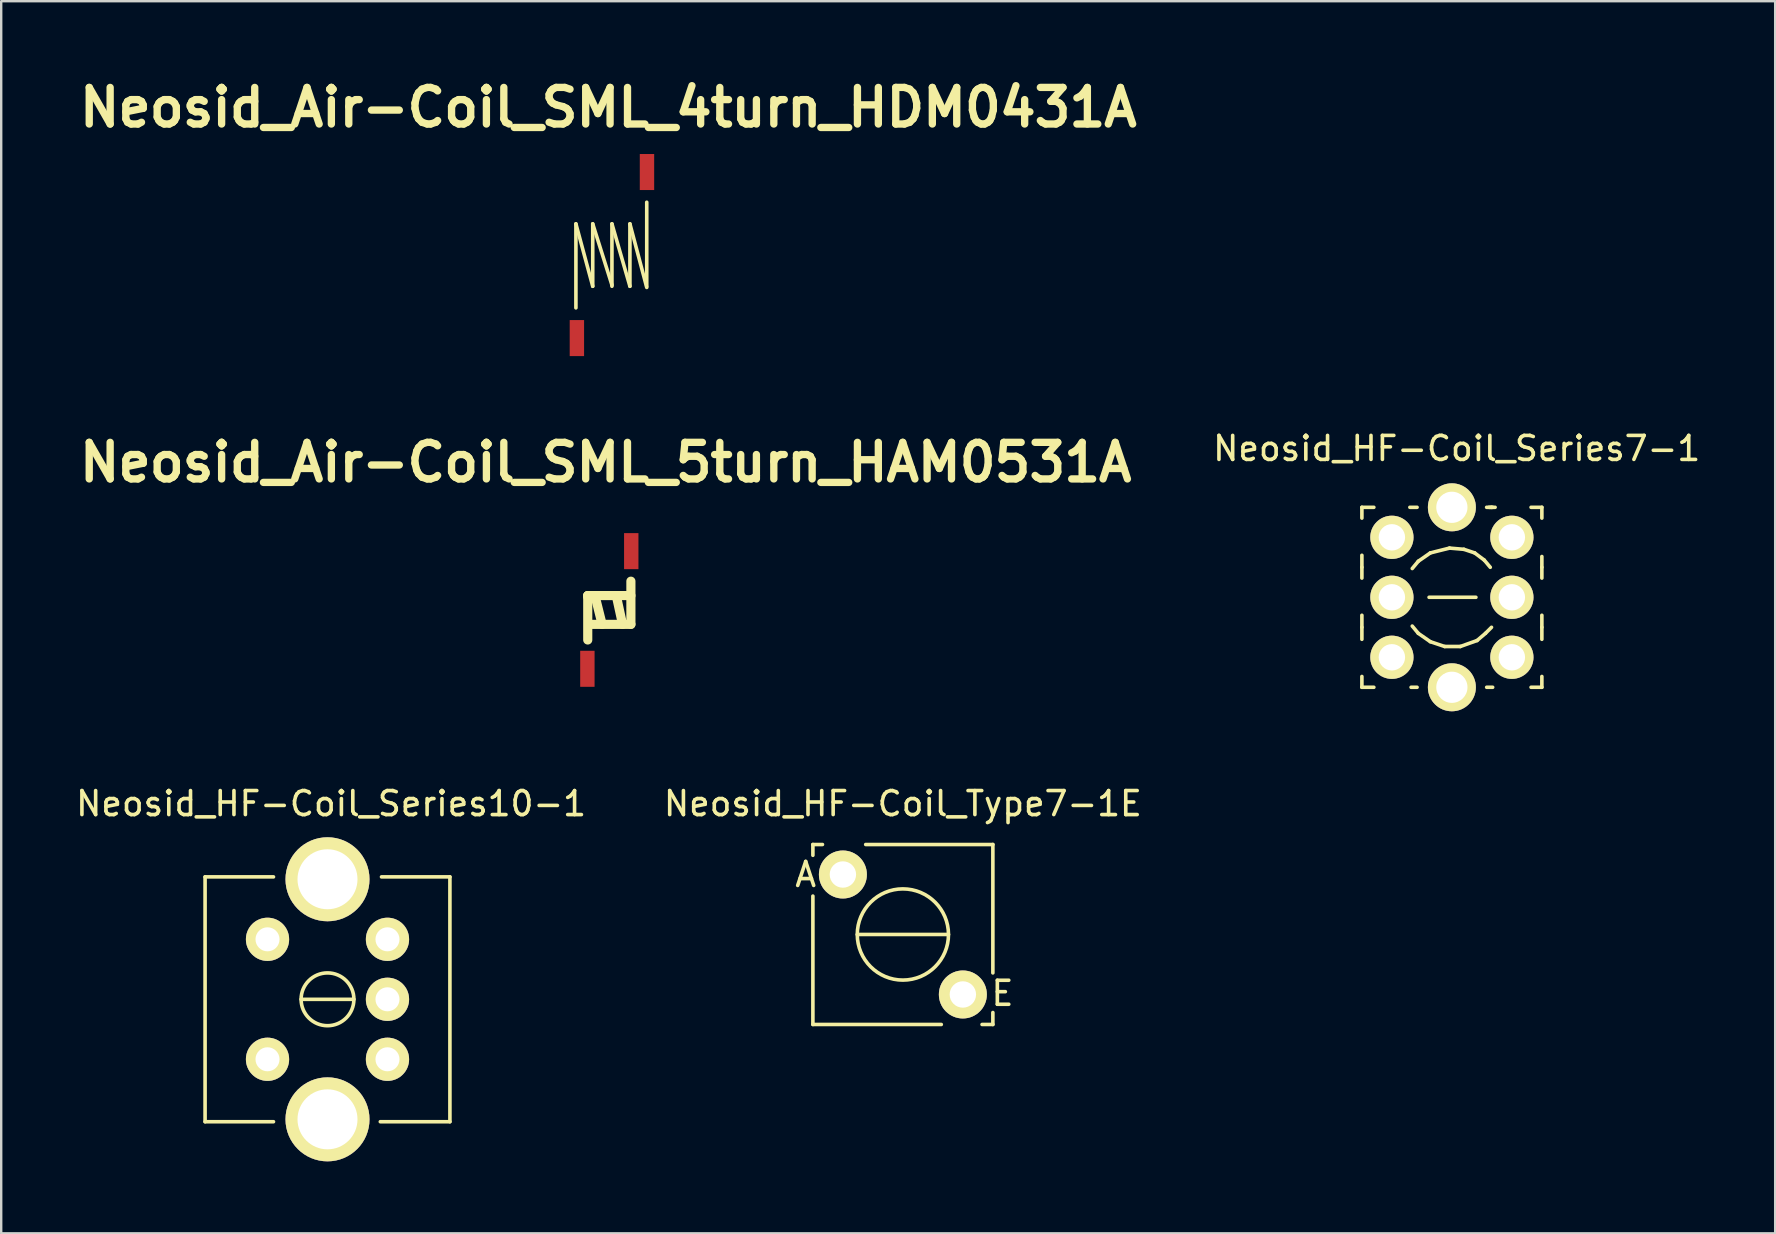
<source format=kicad_pcb>
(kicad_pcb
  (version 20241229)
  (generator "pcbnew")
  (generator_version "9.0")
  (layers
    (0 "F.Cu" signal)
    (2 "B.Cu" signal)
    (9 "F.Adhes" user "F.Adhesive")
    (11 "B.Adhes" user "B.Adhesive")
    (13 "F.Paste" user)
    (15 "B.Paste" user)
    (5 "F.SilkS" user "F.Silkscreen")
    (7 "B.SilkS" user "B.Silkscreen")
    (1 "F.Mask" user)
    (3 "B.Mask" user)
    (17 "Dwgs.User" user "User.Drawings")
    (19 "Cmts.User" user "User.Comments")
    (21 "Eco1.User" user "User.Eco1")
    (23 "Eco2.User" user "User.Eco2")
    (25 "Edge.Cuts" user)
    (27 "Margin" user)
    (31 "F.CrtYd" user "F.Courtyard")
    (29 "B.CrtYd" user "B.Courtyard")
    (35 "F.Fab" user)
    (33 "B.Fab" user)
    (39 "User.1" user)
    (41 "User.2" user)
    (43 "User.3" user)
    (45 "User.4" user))
  (footprint "Neosid_HF-Coil_Series10-1"
    (layer "F.Cu")
    (at 10.594 38.582)
    (property "Reference" "Neosid_HF-Coil_Series10-1" (at 0.15 -8.151 0) (layer "F.SilkS") (effects (font (size 1 1) (thickness 0.15))))
    (attr through_hole)
    (fp_line (start -5.1 -5.1) (end -5.1 5.1) (stroke (width 0.15) (type solid)) (layer "F.SilkS"))
    (fp_line (start -5.1 5.1) (end -2.25 5.1) (stroke (width 0.15) (type solid)) (layer "F.SilkS"))
    (fp_line (start -2.25 -5.1) (end -5.1 -5.1) (stroke (width 0.15) (type solid)) (layer "F.SilkS"))
    (fp_line (start -1.1 0) (end 1.1 0) (stroke (width 0.15) (type solid)) (layer "F.SilkS"))
    (fp_line (start 2.2 5.1) (end 5.1 5.1) (stroke (width 0.15) (type solid)) (layer "F.SilkS"))
    (fp_line (start 5.1 -5.1) (end 2.25 -5.1) (stroke (width 0.15) (type solid)) (layer "F.SilkS"))
    (fp_line (start 5.1 5.1) (end 5.1 -5.1) (stroke (width 0.15) (type solid)) (layer "F.SilkS"))
    (fp_circle (center 0 0) (end 1.1 0) (stroke (width 0.15) (type solid)) (fill no) (layer "F.SilkS"))
    (pad "1" thru_hole circle (at -2.499 -2.499 90) (size 1.801 1.801) (drill 1.001) (layers "*.Cu" "*.Mask" "F.SilkS"))
    (pad "3" thru_hole circle (at -2.499 2.499 90) (size 1.801 1.801) (drill 1.001) (layers "*.Cu" "*.Mask" "F.SilkS"))
    (pad "4" thru_hole circle (at 2.499 2.499 90) (size 1.801 1.801) (drill 1.001) (layers "*.Cu" "*.Mask" "F.SilkS"))
    (pad "5" thru_hole circle (at 2.499 0 90) (size 1.801 1.801) (drill 1.001) (layers "*.Cu" "*.Mask" "F.SilkS"))
    (pad "6" thru_hole circle (at 2.499 -2.499 90) (size 1.801 1.801) (drill 1.001) (layers "*.Cu" "*.Mask" "F.SilkS"))
    (pad "~" thru_hole circle (at 0 -5.001 90) (size 3.5 3.5) (drill 2.499) (layers "*.Cu" "*.Mask" "F.SilkS"))
    (pad "~" thru_hole circle (at 0 5.001 90) (size 3.5 3.5) (drill 2.499) (layers "*.Cu" "*.Mask" "F.SilkS")))
  (footprint "Neosid_HF-Coil_Type7-1E"
    (layer "F.Cu")
    (at 34.565 35.882)
    (property "Reference" "Neosid_HF-Coil_Type7-1E" (at 0 -5.451 0) (layer "F.SilkS") (effects (font (size 1 1) (thickness 0.15))))
    (attr through_hole)
    (fp_line (start -3.749 -3.749) (end -3.749 -3.299) (stroke (width 0.15) (type solid)) (layer "F.SilkS"))
    (fp_line (start -3.749 -3.749) (end -3.35 -3.749) (stroke (width 0.15) (type solid)) (layer "F.SilkS"))
    (fp_line (start -3.749 3.749) (end -3.749 -1.6) (stroke (width 0.15) (type solid)) (layer "F.SilkS"))
    (fp_line (start -3.749 3.749) (end 1.6 3.749) (stroke (width 0.15) (type solid)) (layer "F.SilkS"))
    (fp_line (start -1.9 0) (end 1.9 0) (stroke (width 0.15) (type solid)) (layer "F.SilkS"))
    (fp_line (start 3.749 -3.749) (end -1.549 -3.749) (stroke (width 0.15) (type solid)) (layer "F.SilkS"))
    (fp_line (start 3.749 -3.749) (end 3.749 1.6) (stroke (width 0.15) (type solid)) (layer "F.SilkS"))
    (fp_line (start 3.749 3.749) (end 3.299 3.749) (stroke (width 0.15) (type solid)) (layer "F.SilkS"))
    (fp_line (start 3.749 3.749) (end 3.749 3.251) (stroke (width 0.15) (type solid)) (layer "F.SilkS"))
    (fp_circle (center 0 0) (end 1.9 0) (stroke (width 0.15) (type solid)) (fill no) (layer "F.SilkS"))
    (fp_text user "E" (at 4.15 2.451 0) (layer "F.SilkS") (effects (font (size 1 1) (thickness 0.15))))
    (fp_text user "A" (at -4.049 -2.499 0) (layer "F.SilkS") (effects (font (size 1 1) (thickness 0.15))))
    (pad "1" thru_hole circle (at -2.499 -2.499 90) (size 1.999 1.999) (drill 1.1) (layers "*.Cu" "*.Mask" "F.SilkS"))
    (pad "2" thru_hole circle (at 2.499 2.499 90) (size 1.999 1.999) (drill 1.1) (layers "*.Cu" "*.Mask" "F.SilkS")))
  (footprint "Neosid_Air-Coil_SML_4turn_HDM0431A"
    (layer "F.Cu")
    (at 22.444 7.576)
    (property "Reference" "Neosid_Air-Coil_SML_4turn_HDM0431A" (at -0.15 -6.149 0) (layer "F.SilkS") (effects (font (size 1.524 1.524) (thickness 0.305))))
    (attr smd)
    (fp_line (start -1.501 -1.3) (end -1.501 2.2) (stroke (width 0.15) (type solid)) (layer "F.SilkS"))
    (fp_line (start -1.501 -1.3) (end -0.8 1.3) (stroke (width 0.15) (type solid)) (layer "F.SilkS"))
    (fp_line (start -0.8 -1.3) (end -0.8 1.3) (stroke (width 0.15) (type solid)) (layer "F.SilkS"))
    (fp_line (start -0.8 -1.3) (end 0 1.25) (stroke (width 0.15) (type solid)) (layer "F.SilkS"))
    (fp_line (start 0 -1.3) (end 0 1.3) (stroke (width 0.15) (type solid)) (layer "F.SilkS"))
    (fp_line (start 0 -1.3) (end 0.749 1.3) (stroke (width 0.15) (type solid)) (layer "F.SilkS"))
    (fp_line (start 0.749 -1.3) (end 0.749 1.3) (stroke (width 0.15) (type solid)) (layer "F.SilkS"))
    (fp_line (start 0.749 -1.3) (end 1.45 1.349) (stroke (width 0.15) (type solid)) (layer "F.SilkS"))
    (fp_line (start 1.45 1.3) (end 1.45 -2.2) (stroke (width 0.15) (type solid)) (layer "F.SilkS"))
    (pad "1" smd rect (at -1.46 3.459) (size 0.599 1.501) (layers "F.Cu" "F.Mask" "F.Paste"))
    (pad "2" smd rect (at 1.46 -3.459) (size 0.599 1.501) (layers "F.Cu" "F.Mask" "F.Paste")))
  (footprint "Neosid_Air-Coil_SML_5turn_HAM0531A"
    (layer "F.Cu")
    (at 22.335 22.362)
    (property "Reference" "Neosid_Air-Coil_SML_5turn_HAM0531A" (at -0.15 -6.149 0) (layer "F.SilkS") (effects (font (size 1.524 1.524) (thickness 0.305))))
    (attr smd)
    (fp_line (start -0.899 -0.599) (end -0.899 -0.551) (stroke (width 0.381) (type solid)) (layer "F.SilkS"))
    (fp_line (start -0.899 -0.599) (end 0.899 -0.599) (stroke (width 0.381) (type solid)) (layer "F.SilkS"))
    (fp_line (start -0.899 1.25) (end -0.899 -0.599) (stroke (width 0.381) (type solid)) (layer "F.SilkS"))
    (fp_line (start -0.599 -0.599) (end -0.3 0.599) (stroke (width 0.381) (type solid)) (layer "F.SilkS"))
    (fp_line (start 0.3 -0.551) (end 0.551 0.599) (stroke (width 0.381) (type solid)) (layer "F.SilkS"))
    (fp_line (start 0.899 0.599) (end -0.851 0.599) (stroke (width 0.381) (type solid)) (layer "F.SilkS"))
    (fp_line (start 0.899 0.599) (end 0.899 -1.199) (stroke (width 0.381) (type solid)) (layer "F.SilkS"))
    (pad "1" smd rect (at -0.914 2.451) (size 0.599 1.501) (layers "F.Cu" "F.Mask" "F.Paste"))
    (pad "2" smd rect (at 0.914 -2.451) (size 0.599 1.501) (layers "F.Cu" "F.Mask" "F.Paste")))
  (footprint "Neosid_HF-Coil_Series7-1"
    (layer "F.Cu")
    (at 57.437 21.834)
    (property "Reference" "Neosid_HF-Coil_Series7-1" (at 0.201 -6.2 0) (layer "F.SilkS") (effects (font (size 1 1) (thickness 0.15))))
    (attr through_hole)
    (fp_line (start -3.749 -3.749) (end -3.749 -3.299) (stroke (width 0.15) (type solid)) (layer "F.SilkS"))
    (fp_line (start -3.749 -3.749) (end -3.251 -3.749) (stroke (width 0.15) (type solid)) (layer "F.SilkS"))
    (fp_line (start -3.749 -1.25) (end -3.749 -1.75) (stroke (width 0.15) (type solid)) (layer "F.SilkS"))
    (fp_line (start -3.749 -1.25) (end -3.749 -0.8) (stroke (width 0.15) (type solid)) (layer "F.SilkS"))
    (fp_line (start -3.749 1.25) (end -3.749 0.749) (stroke (width 0.15) (type solid)) (layer "F.SilkS"))
    (fp_line (start -3.749 1.25) (end -3.749 1.75) (stroke (width 0.15) (type solid)) (layer "F.SilkS"))
    (fp_line (start -3.749 3.749) (end -3.749 3.299) (stroke (width 0.15) (type solid)) (layer "F.SilkS"))
    (fp_line (start -3.749 3.749) (end -3.251 3.749) (stroke (width 0.15) (type solid)) (layer "F.SilkS"))
    (fp_line (start -1.699 3.749) (end -1.45 3.749) (stroke (width 0.15) (type solid)) (layer "F.SilkS"))
    (fp_line (start -1.651 1.199) (end -1.4 1.501) (stroke (width 0.15) (type solid)) (layer "F.SilkS"))
    (fp_line (start -1.45 -3.749) (end -1.75 -3.749) (stroke (width 0.15) (type solid)) (layer "F.SilkS"))
    (fp_line (start -1.4 -1.501) (end -1.651 -1.199) (stroke (width 0.15) (type solid)) (layer "F.SilkS"))
    (fp_line (start -1.4 1.501) (end -0.899 1.849) (stroke (width 0.15) (type solid)) (layer "F.SilkS"))
    (fp_line (start -0.95 0) (end 1.001 0) (stroke (width 0.15) (type solid)) (layer "F.SilkS"))
    (fp_line (start -0.899 -1.849) (end -1.4 -1.501) (stroke (width 0.15) (type solid)) (layer "F.SilkS"))
    (fp_line (start -0.899 1.849) (end -0.3 2.05) (stroke (width 0.15) (type solid)) (layer "F.SilkS"))
    (fp_line (start -0.3 2.05) (end 0.351 2.05) (stroke (width 0.15) (type solid)) (layer "F.SilkS"))
    (fp_line (start -0.099 -2.05) (end -0.899 -1.849) (stroke (width 0.15) (type solid)) (layer "F.SilkS"))
    (fp_line (start 0.351 2.05) (end 1.049 1.801) (stroke (width 0.15) (type solid)) (layer "F.SilkS"))
    (fp_line (start 0.5 -1.999) (end -0.099 -2.05) (stroke (width 0.15) (type solid)) (layer "F.SilkS"))
    (fp_line (start 0.95 -1.849) (end 0.5 -1.999) (stroke (width 0.15) (type solid)) (layer "F.SilkS"))
    (fp_line (start 1.049 1.801) (end 1.4 1.501) (stroke (width 0.15) (type solid)) (layer "F.SilkS"))
    (fp_line (start 1.349 -1.549) (end 0.95 -1.849) (stroke (width 0.15) (type solid)) (layer "F.SilkS"))
    (fp_line (start 1.4 1.501) (end 1.651 1.25) (stroke (width 0.15) (type solid)) (layer "F.SilkS"))
    (fp_line (start 1.45 3.749) (end 1.699 3.749) (stroke (width 0.15) (type solid)) (layer "F.SilkS"))
    (fp_line (start 1.549 -3.749) (end 1.651 -3.749) (stroke (width 0.15) (type solid)) (layer "F.SilkS"))
    (fp_line (start 1.6 -1.25) (end 1.349 -1.549) (stroke (width 0.15) (type solid)) (layer "F.SilkS"))
    (fp_line (start 1.651 -3.749) (end 1.801 -3.749) (stroke (width 0.15) (type solid)) (layer "F.SilkS"))
    (fp_line (start 1.699 -3.749) (end 1.448 -3.749) (stroke (width 0.15) (type solid)) (layer "F.SilkS"))
    (fp_line (start 3.749 -3.749) (end 3.299 -3.749) (stroke (width 0.15) (type solid)) (layer "F.SilkS"))
    (fp_line (start 3.749 -3.749) (end 3.749 -3.299) (stroke (width 0.15) (type solid)) (layer "F.SilkS"))
    (fp_line (start 3.749 -1.25) (end 3.749 -1.699) (stroke (width 0.15) (type solid)) (layer "F.SilkS"))
    (fp_line (start 3.749 -1.25) (end 3.749 -0.8) (stroke (width 0.15) (type solid)) (layer "F.SilkS"))
    (fp_line (start 3.749 1.25) (end 3.749 0.749) (stroke (width 0.15) (type solid)) (layer "F.SilkS"))
    (fp_line (start 3.749 1.25) (end 3.749 1.75) (stroke (width 0.15) (type solid)) (layer "F.SilkS"))
    (fp_line (start 3.749 3.749) (end 3.299 3.749) (stroke (width 0.15) (type solid)) (layer "F.SilkS"))
    (fp_line (start 3.749 3.749) (end 3.749 3.299) (stroke (width 0.15) (type solid)) (layer "F.SilkS"))
    (pad "1" thru_hole circle (at -2.499 -2.499 90) (size 1.801 1.801) (drill 1.1) (layers "*.Cu" "*.Mask" "F.SilkS"))
    (pad "2" thru_hole circle (at -2.499 0 90) (size 1.801 1.801) (drill 1.1) (layers "*.Cu" "*.Mask" "F.SilkS"))
    (pad "3" thru_hole circle (at -2.499 2.499 90) (size 1.801 1.801) (drill 1.1) (layers "*.Cu" "*.Mask" "F.SilkS"))
    (pad "4" thru_hole circle (at 2.499 2.499 90) (size 1.801 1.801) (drill 1.1) (layers "*.Cu" "*.Mask" "F.SilkS"))
    (pad "5" thru_hole circle (at 2.499 0 90) (size 1.801 1.801) (drill 1.1) (layers "*.Cu" "*.Mask" "F.SilkS"))
    (pad "6" thru_hole circle (at 2.499 -2.499 90) (size 1.801 1.801) (drill 1.1) (layers "*.Cu" "*.Mask" "F.SilkS"))
    (pad "~" thru_hole circle (at 0 -3.749 90) (size 1.999 1.999) (drill 1.3) (layers "*.Cu" "*.Mask" "F.SilkS"))
    (pad "~" thru_hole circle (at 0 3.749 90) (size 1.999 1.999) (drill 1.3) (layers "*.Cu" "*.Mask" "F.SilkS")))
  (gr_rect
    (start -3 -3)
    (end 70.906 48.333)
    (stroke (width 0.1) (type default))
    (fill no)
    (layer "Edge.Cuts")))
</source>
